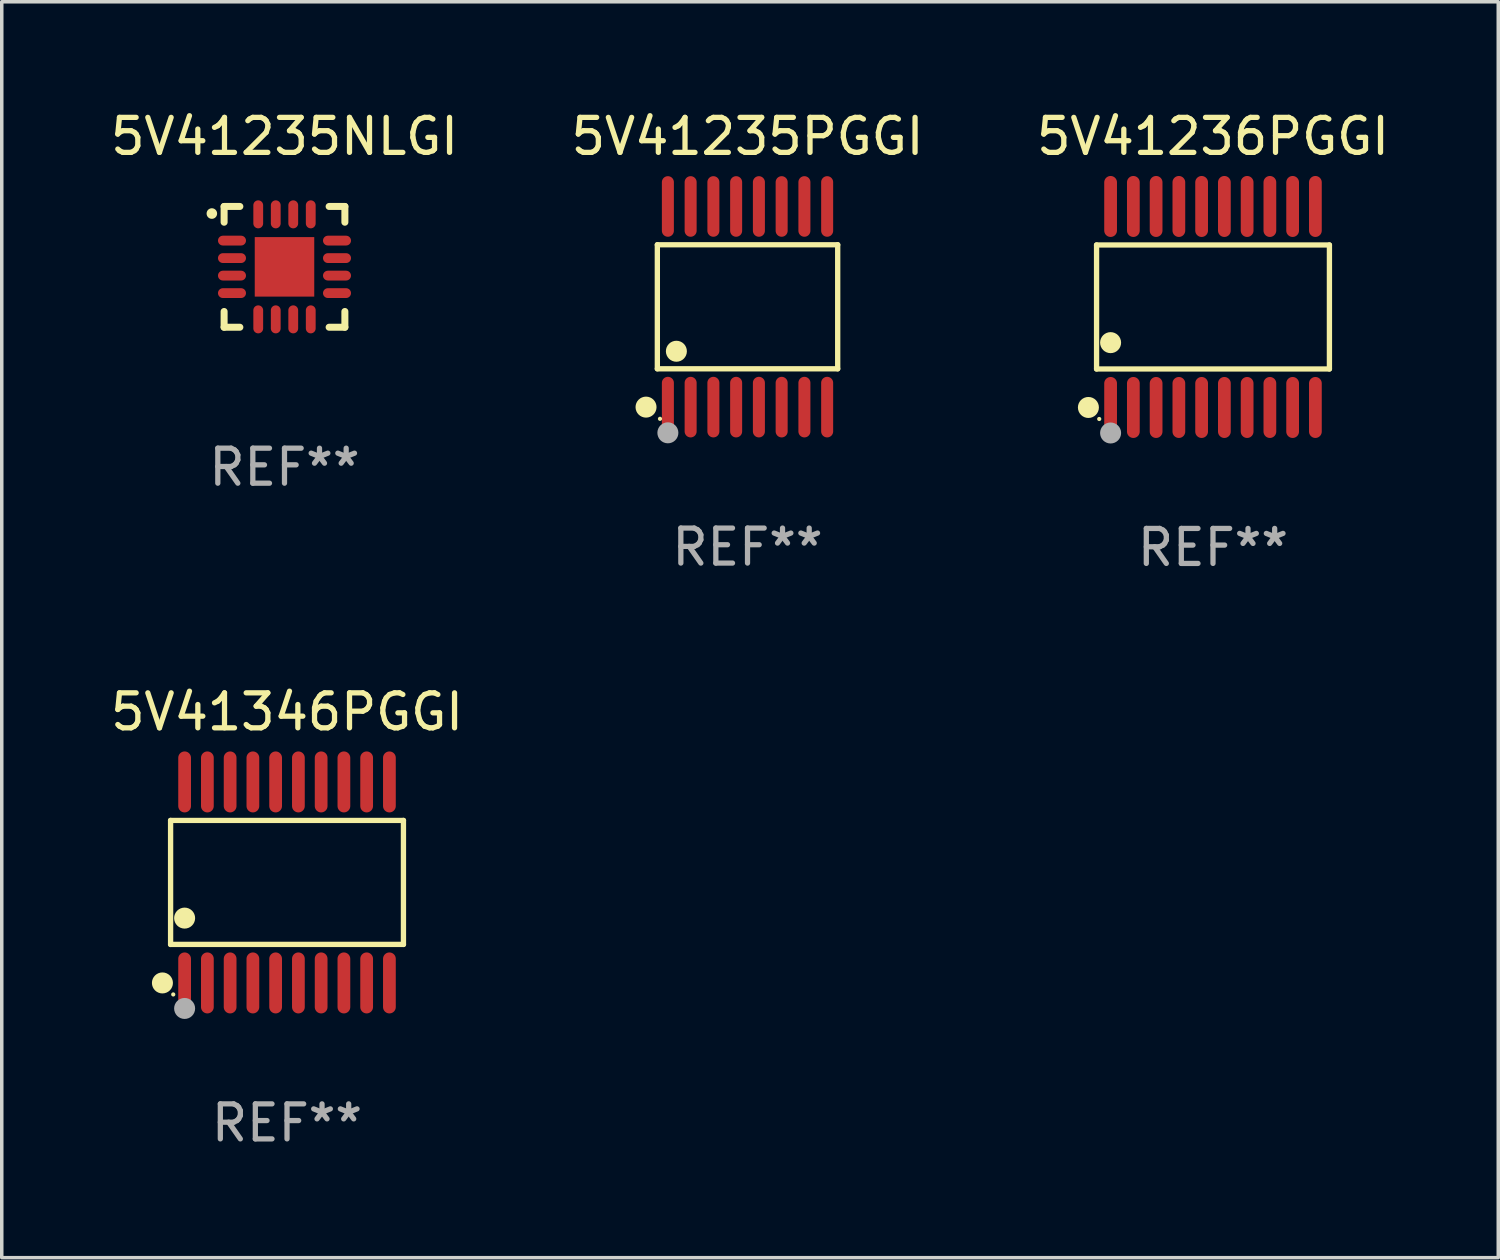
<source format=kicad_pcb>
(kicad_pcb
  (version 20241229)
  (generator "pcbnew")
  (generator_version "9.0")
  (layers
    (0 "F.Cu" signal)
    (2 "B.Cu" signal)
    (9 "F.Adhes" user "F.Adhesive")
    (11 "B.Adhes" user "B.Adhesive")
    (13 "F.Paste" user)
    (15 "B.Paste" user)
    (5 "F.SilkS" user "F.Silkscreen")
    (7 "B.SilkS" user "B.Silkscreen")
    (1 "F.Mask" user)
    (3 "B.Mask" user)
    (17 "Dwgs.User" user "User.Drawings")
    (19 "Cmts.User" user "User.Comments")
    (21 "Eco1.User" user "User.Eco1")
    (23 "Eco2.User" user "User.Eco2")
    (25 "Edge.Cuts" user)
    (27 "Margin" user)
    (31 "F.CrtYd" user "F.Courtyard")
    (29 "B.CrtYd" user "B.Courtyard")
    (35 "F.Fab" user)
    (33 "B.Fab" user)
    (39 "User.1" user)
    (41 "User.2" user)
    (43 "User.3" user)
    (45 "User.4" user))
  (footprint "5V41236PGGI"
    (layer "F.Cu")
    (at 31.601 5.719)
    (property "Reference" "5V41236PGGI" (at 0 -4.871 0) (layer "F.SilkS") (effects (font (size 1 1) (thickness 0.15))))
    (attr through_hole)
    (fp_line (start -3.326 -1.771) (end 3.326 -1.771) (stroke (width 0.152) (type solid)) (layer "F.SilkS"))
    (fp_line (start -3.326 1.771) (end -3.326 -1.771) (stroke (width 0.152) (type solid)) (layer "F.SilkS"))
    (fp_line (start 3.326 -1.771) (end 3.326 1.771) (stroke (width 0.152) (type solid)) (layer "F.SilkS"))
    (fp_line (start 3.326 1.771) (end -3.326 1.771) (stroke (width 0.152) (type solid)) (layer "F.SilkS"))
    (fp_circle (center -3.559 2.871) (end -3.409 2.871) (stroke (width 0.3) (type solid)) (fill no) (layer "F.SilkS"))
    (fp_circle (center -3.25 3.2) (end -3.22 3.2) (stroke (width 0.06) (type solid)) (fill no) (layer "F.SilkS"))
    (fp_circle (center -2.925 1.019) (end -2.775 1.019) (stroke (width 0.3) (type solid)) (fill no) (layer "F.SilkS"))
    (fp_circle (center -2.925 3.6) (end -2.775 3.6) (stroke (width 0.3) (type solid)) (fill no) (layer "F.Fab"))
    (fp_text user "REF**" (at 0 6.871 0) (layer "F.Fab") (effects (font (size 1 1) (thickness 0.15))))
    (pad "1" smd oval (at -2.925 2.871) (size 0.364 1.742) (layers "F.Cu" "F.Mask" "F.Paste"))
    (pad "2" smd oval (at -2.275 2.871) (size 0.364 1.742) (layers "F.Cu" "F.Mask" "F.Paste"))
    (pad "3" smd oval (at -1.625 2.871) (size 0.364 1.742) (layers "F.Cu" "F.Mask" "F.Paste"))
    (pad "4" smd oval (at -0.975 2.871) (size 0.364 1.742) (layers "F.Cu" "F.Mask" "F.Paste"))
    (pad "5" smd oval (at -0.325 2.871) (size 0.364 1.742) (layers "F.Cu" "F.Mask" "F.Paste"))
    (pad "6" smd oval (at 0.325 2.871) (size 0.364 1.742) (layers "F.Cu" "F.Mask" "F.Paste"))
    (pad "7" smd oval (at 0.975 2.871) (size 0.364 1.742) (layers "F.Cu" "F.Mask" "F.Paste"))
    (pad "8" smd oval (at 1.625 2.871) (size 0.364 1.742) (layers "F.Cu" "F.Mask" "F.Paste"))
    (pad "9" smd oval (at 2.275 2.871) (size 0.364 1.742) (layers "F.Cu" "F.Mask" "F.Paste"))
    (pad "10" smd oval (at 2.925 2.871) (size 0.364 1.742) (layers "F.Cu" "F.Mask" "F.Paste"))
    (pad "11" smd oval (at 2.925 -2.871) (size 0.364 1.742) (layers "F.Cu" "F.Mask" "F.Paste"))
    (pad "12" smd oval (at 2.275 -2.871) (size 0.364 1.742) (layers "F.Cu" "F.Mask" "F.Paste"))
    (pad "13" smd oval (at 1.625 -2.871) (size 0.364 1.742) (layers "F.Cu" "F.Mask" "F.Paste"))
    (pad "14" smd oval (at 0.975 -2.871) (size 0.364 1.742) (layers "F.Cu" "F.Mask" "F.Paste"))
    (pad "15" smd oval (at 0.325 -2.871) (size 0.364 1.742) (layers "F.Cu" "F.Mask" "F.Paste"))
    (pad "16" smd oval (at -0.325 -2.871) (size 0.364 1.742) (layers "F.Cu" "F.Mask" "F.Paste"))
    (pad "17" smd oval (at -0.975 -2.871) (size 0.364 1.742) (layers "F.Cu" "F.Mask" "F.Paste"))
    (pad "18" smd oval (at -1.625 -2.871) (size 0.364 1.742) (layers "F.Cu" "F.Mask" "F.Paste"))
    (pad "19" smd oval (at -2.275 -2.871) (size 0.364 1.742) (layers "F.Cu" "F.Mask" "F.Paste"))
    (pad "20" smd oval (at -2.925 -2.871) (size 0.364 1.742) (layers "F.Cu" "F.Mask" "F.Paste")))
  (footprint "5V41235NLGI"
    (layer "F.Cu")
    (at 5.077 4.573)
    (property "Reference" "5V41235NLGI" (at 0 -3.725 0) (layer "F.SilkS") (effects (font (size 1 1) (thickness 0.15))))
    (attr through_hole)
    (fp_line (start -1.725 -1.725) (end -1.275 -1.725) (stroke (width 0.2) (type solid)) (layer "F.SilkS"))
    (fp_line (start -1.725 -1.275) (end -1.725 -1.725) (stroke (width 0.2) (type solid)) (layer "F.SilkS"))
    (fp_line (start -1.725 1.725) (end -1.725 1.275) (stroke (width 0.2) (type solid)) (layer "F.SilkS"))
    (fp_line (start -1.275 1.725) (end -1.725 1.725) (stroke (width 0.2) (type solid)) (layer "F.SilkS"))
    (fp_line (start 1.275 -1.725) (end 1.725 -1.725) (stroke (width 0.2) (type solid)) (layer "F.SilkS"))
    (fp_line (start 1.275 1.725) (end 1.725 1.725) (stroke (width 0.2) (type solid)) (layer "F.SilkS"))
    (fp_line (start 1.725 -1.725) (end 1.725 -1.275) (stroke (width 0.2) (type solid)) (layer "F.SilkS"))
    (fp_line (start 1.725 1.725) (end 1.725 1.275) (stroke (width 0.2) (type solid)) (layer "F.SilkS"))
    (fp_arc (start -2.075184 -1.521463) (mid -2.075189 -1.522733) (end -2.075184 -1.524003) (stroke (width 0.3) (type solid)) (layer "F.SilkS"))
    (fp_text user "REF**" (at 0 5.725 0) (layer "F.Fab") (effects (font (size 1 1) (thickness 0.15))))
    (pad "1" smd oval (at -1.5 -0.75) (size 0.8 0.28) (layers "F.Cu" "F.Mask" "F.Paste"))
    (pad "2" smd oval (at -1.5 -0.25) (size 0.8 0.28) (layers "F.Cu" "F.Mask" "F.Paste"))
    (pad "3" smd oval (at -1.5 0.25) (size 0.8 0.28) (layers "F.Cu" "F.Mask" "F.Paste"))
    (pad "4" smd oval (at -1.5 0.75) (size 0.8 0.28) (layers "F.Cu" "F.Mask" "F.Paste"))
    (pad "5" smd oval (at -0.75 1.5) (size 0.28 0.8) (layers "F.Cu" "F.Mask" "F.Paste"))
    (pad "6" smd oval (at -0.25 1.5) (size 0.28 0.8) (layers "F.Cu" "F.Mask" "F.Paste"))
    (pad "7" smd oval (at 0.25 1.5) (size 0.28 0.8) (layers "F.Cu" "F.Mask" "F.Paste"))
    (pad "8" smd oval (at 0.75 1.5) (size 0.28 0.8) (layers "F.Cu" "F.Mask" "F.Paste"))
    (pad "9" smd oval (at 1.5 0.75) (size 0.8 0.28) (layers "F.Cu" "F.Mask" "F.Paste"))
    (pad "10" smd oval (at 1.5 0.25) (size 0.8 0.28) (layers "F.Cu" "F.Mask" "F.Paste"))
    (pad "11" smd oval (at 1.5 -0.25) (size 0.8 0.28) (layers "F.Cu" "F.Mask" "F.Paste"))
    (pad "12" smd oval (at 1.5 -0.75) (size 0.8 0.28) (layers "F.Cu" "F.Mask" "F.Paste"))
    (pad "13" smd oval (at 0.75 -1.5) (size 0.28 0.8) (layers "F.Cu" "F.Mask" "F.Paste"))
    (pad "14" smd oval (at 0.25 -1.5) (size 0.28 0.8) (layers "F.Cu" "F.Mask" "F.Paste"))
    (pad "15" smd oval (at -0.25 -1.5) (size 0.28 0.8) (layers "F.Cu" "F.Mask" "F.Paste"))
    (pad "16" smd oval (at -0.75 -1.5) (size 0.28 0.8) (layers "F.Cu" "F.Mask" "F.Paste"))
    (pad "17" smd rect (at 0.000076 0.000076) (size 1.7 1.7) (layers "F.Cu" "F.Mask" "F.Paste")))
  (footprint "5V41235PGGI"
    (layer "F.Cu")
    (at 18.304 5.714)
    (property "Reference" "5V41235PGGI" (at 0 -4.866 0) (layer "F.SilkS") (effects (font (size 1 1) (thickness 0.15))))
    (attr through_hole)
    (fp_line (start -2.576 -1.772) (end 2.576 -1.772) (stroke (width 0.152) (type solid)) (layer "F.SilkS"))
    (fp_line (start -2.576 1.771) (end -2.576 -1.772) (stroke (width 0.152) (type solid)) (layer "F.SilkS"))
    (fp_line (start 2.576 -1.772) (end 2.576 1.771) (stroke (width 0.152) (type solid)) (layer "F.SilkS"))
    (fp_line (start 2.576 1.771) (end -2.576 1.771) (stroke (width 0.152) (type solid)) (layer "F.SilkS"))
    (fp_circle (center -2.899 2.866) (end -2.749 2.866) (stroke (width 0.3) (type solid)) (fill no) (layer "F.SilkS"))
    (fp_circle (center -2.5 3.2) (end -2.47 3.2) (stroke (width 0.06) (type solid)) (fill no) (layer "F.SilkS"))
    (fp_circle (center -2.032 1.27) (end -1.882 1.27) (stroke (width 0.3) (type solid)) (fill no) (layer "F.SilkS"))
    (fp_circle (center -2.275 3.6) (end -2.125 3.6) (stroke (width 0.3) (type solid)) (fill no) (layer "F.Fab"))
    (fp_text user "REF**" (at 0 6.866 0) (layer "F.Fab") (effects (font (size 1 1) (thickness 0.15))))
    (pad "1" smd oval (at -2.275 2.866) (size 0.343 1.731) (layers "F.Cu" "F.Mask" "F.Paste"))
    (pad "2" smd oval (at -1.625 2.866) (size 0.343 1.731) (layers "F.Cu" "F.Mask" "F.Paste"))
    (pad "3" smd oval (at -0.975 2.866) (size 0.343 1.731) (layers "F.Cu" "F.Mask" "F.Paste"))
    (pad "4" smd oval (at -0.325 2.866) (size 0.343 1.731) (layers "F.Cu" "F.Mask" "F.Paste"))
    (pad "5" smd oval (at 0.325 2.866) (size 0.343 1.731) (layers "F.Cu" "F.Mask" "F.Paste"))
    (pad "6" smd oval (at 0.975 2.866) (size 0.343 1.731) (layers "F.Cu" "F.Mask" "F.Paste"))
    (pad "7" smd oval (at 1.625 2.866) (size 0.343 1.731) (layers "F.Cu" "F.Mask" "F.Paste"))
    (pad "8" smd oval (at 2.275 2.866) (size 0.343 1.731) (layers "F.Cu" "F.Mask" "F.Paste"))
    (pad "9" smd oval (at 2.275 -2.866) (size 0.343 1.731) (layers "F.Cu" "F.Mask" "F.Paste"))
    (pad "10" smd oval (at 1.625 -2.866) (size 0.343 1.731) (layers "F.Cu" "F.Mask" "F.Paste"))
    (pad "11" smd oval (at 0.975 -2.866) (size 0.343 1.731) (layers "F.Cu" "F.Mask" "F.Paste"))
    (pad "12" smd oval (at 0.325 -2.866) (size 0.343 1.731) (layers "F.Cu" "F.Mask" "F.Paste"))
    (pad "13" smd oval (at -0.325 -2.866) (size 0.343 1.731) (layers "F.Cu" "F.Mask" "F.Paste"))
    (pad "14" smd oval (at -0.975 -2.866) (size 0.343 1.731) (layers "F.Cu" "F.Mask" "F.Paste"))
    (pad "15" smd oval (at -1.625 -2.866) (size 0.343 1.731) (layers "F.Cu" "F.Mask" "F.Paste"))
    (pad "16" smd oval (at -2.275 -2.866) (size 0.343 1.731) (layers "F.Cu" "F.Mask" "F.Paste")))
  (footprint "5V41346PGGI"
    (layer "F.Cu")
    (at 5.149 22.158)
    (property "Reference" "5V41346PGGI" (at 0 -4.871 0) (layer "F.SilkS") (effects (font (size 1 1) (thickness 0.15))))
    (attr through_hole)
    (fp_line (start -3.326 -1.771) (end 3.326 -1.771) (stroke (width 0.152) (type solid)) (layer "F.SilkS"))
    (fp_line (start -3.326 1.771) (end -3.326 -1.771) (stroke (width 0.152) (type solid)) (layer "F.SilkS"))
    (fp_line (start 3.326 -1.771) (end 3.326 1.771) (stroke (width 0.152) (type solid)) (layer "F.SilkS"))
    (fp_line (start 3.326 1.771) (end -3.326 1.771) (stroke (width 0.152) (type solid)) (layer "F.SilkS"))
    (fp_circle (center -3.559 2.871) (end -3.409 2.871) (stroke (width 0.3) (type solid)) (fill no) (layer "F.SilkS"))
    (fp_circle (center -3.25 3.2) (end -3.22 3.2) (stroke (width 0.06) (type solid)) (fill no) (layer "F.SilkS"))
    (fp_circle (center -2.925 1.019) (end -2.775 1.019) (stroke (width 0.3) (type solid)) (fill no) (layer "F.SilkS"))
    (fp_circle (center -2.925 3.6) (end -2.775 3.6) (stroke (width 0.3) (type solid)) (fill no) (layer "F.Fab"))
    (fp_text user "REF**" (at 0 6.871 0) (layer "F.Fab") (effects (font (size 1 1) (thickness 0.15))))
    (pad "1" smd oval (at -2.925 2.871) (size 0.364 1.742) (layers "F.Cu" "F.Mask" "F.Paste"))
    (pad "2" smd oval (at -2.275 2.871) (size 0.364 1.742) (layers "F.Cu" "F.Mask" "F.Paste"))
    (pad "3" smd oval (at -1.625 2.871) (size 0.364 1.742) (layers "F.Cu" "F.Mask" "F.Paste"))
    (pad "4" smd oval (at -0.975 2.871) (size 0.364 1.742) (layers "F.Cu" "F.Mask" "F.Paste"))
    (pad "5" smd oval (at -0.325 2.871) (size 0.364 1.742) (layers "F.Cu" "F.Mask" "F.Paste"))
    (pad "6" smd oval (at 0.325 2.871) (size 0.364 1.742) (layers "F.Cu" "F.Mask" "F.Paste"))
    (pad "7" smd oval (at 0.975 2.871) (size 0.364 1.742) (layers "F.Cu" "F.Mask" "F.Paste"))
    (pad "8" smd oval (at 1.625 2.871) (size 0.364 1.742) (layers "F.Cu" "F.Mask" "F.Paste"))
    (pad "9" smd oval (at 2.275 2.871) (size 0.364 1.742) (layers "F.Cu" "F.Mask" "F.Paste"))
    (pad "10" smd oval (at 2.925 2.871) (size 0.364 1.742) (layers "F.Cu" "F.Mask" "F.Paste"))
    (pad "11" smd oval (at 2.925 -2.871) (size 0.364 1.742) (layers "F.Cu" "F.Mask" "F.Paste"))
    (pad "12" smd oval (at 2.275 -2.871) (size 0.364 1.742) (layers "F.Cu" "F.Mask" "F.Paste"))
    (pad "13" smd oval (at 1.625 -2.871) (size 0.364 1.742) (layers "F.Cu" "F.Mask" "F.Paste"))
    (pad "14" smd oval (at 0.975 -2.871) (size 0.364 1.742) (layers "F.Cu" "F.Mask" "F.Paste"))
    (pad "15" smd oval (at 0.325 -2.871) (size 0.364 1.742) (layers "F.Cu" "F.Mask" "F.Paste"))
    (pad "16" smd oval (at -0.325 -2.871) (size 0.364 1.742) (layers "F.Cu" "F.Mask" "F.Paste"))
    (pad "17" smd oval (at -0.975 -2.871) (size 0.364 1.742) (layers "F.Cu" "F.Mask" "F.Paste"))
    (pad "18" smd oval (at -1.625 -2.871) (size 0.364 1.742) (layers "F.Cu" "F.Mask" "F.Paste"))
    (pad "19" smd oval (at -2.275 -2.871) (size 0.364 1.742) (layers "F.Cu" "F.Mask" "F.Paste"))
    (pad "20" smd oval (at -2.925 -2.871) (size 0.364 1.742) (layers "F.Cu" "F.Mask" "F.Paste")))
  (gr_rect
    (start -3 -3)
    (end 39.75 32.877)
    (stroke (width 0.1) (type default))
    (fill no)
    (layer "Edge.Cuts")))
</source>
